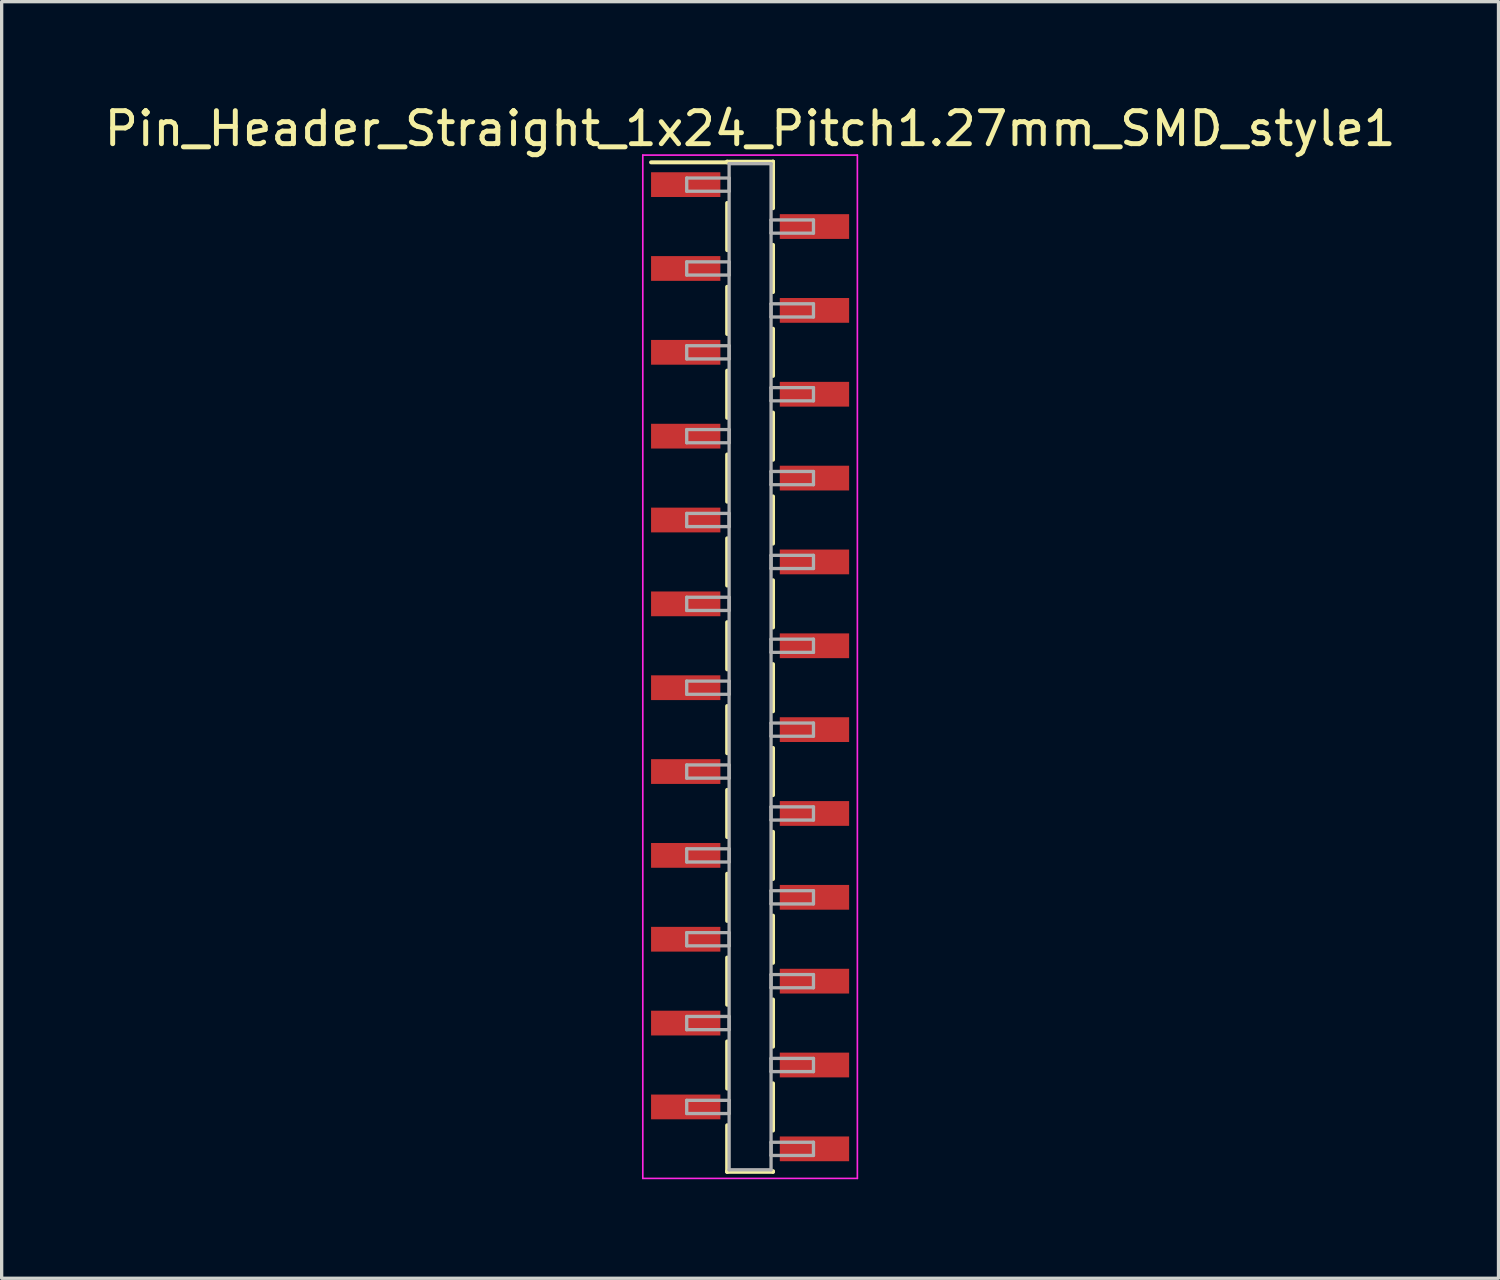
<source format=kicad_pcb>
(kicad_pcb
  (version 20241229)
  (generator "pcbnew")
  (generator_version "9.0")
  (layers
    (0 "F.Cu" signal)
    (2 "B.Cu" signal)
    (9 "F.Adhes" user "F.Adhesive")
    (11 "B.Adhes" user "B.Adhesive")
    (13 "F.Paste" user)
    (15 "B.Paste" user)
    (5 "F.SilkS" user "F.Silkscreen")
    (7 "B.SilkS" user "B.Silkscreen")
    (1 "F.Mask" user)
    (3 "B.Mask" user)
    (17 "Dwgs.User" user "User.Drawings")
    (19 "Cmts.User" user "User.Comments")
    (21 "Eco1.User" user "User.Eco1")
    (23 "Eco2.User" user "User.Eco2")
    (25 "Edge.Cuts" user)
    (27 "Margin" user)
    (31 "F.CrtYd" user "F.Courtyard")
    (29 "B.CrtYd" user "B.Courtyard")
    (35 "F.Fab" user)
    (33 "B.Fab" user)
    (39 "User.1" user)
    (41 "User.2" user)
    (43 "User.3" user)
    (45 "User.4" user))
  (footprint "Pin_Header_Straight_1x24_Pitch1.27mm_SMD_style1"
    (layer "F.Cu")
    (at 19.673 17.148)
    (property "Reference" "Pin_Header_Straight_1x24_Pitch1.27mm_SMD_style1" (at 0 -16.3 0) (layer "F.SilkS") (effects (font (size 1 1) (thickness 0.15))))
    (attr smd)
    (fp_line (start -0.695 -15.3) (end 0.695 -15.3) (stroke (width 0.12) (type solid)) (layer "F.SilkS"))
    (fp_line (start -0.695 -15.28) (end -3 -15.28) (stroke (width 0.12) (type solid)) (layer "F.SilkS"))
    (fp_line (start -0.695 -15.28) (end -0.695 -15.3) (stroke (width 0.12) (type solid)) (layer "F.SilkS"))
    (fp_line (start -0.695 -14.05) (end -0.695 -12.62) (stroke (width 0.12) (type solid)) (layer "F.SilkS"))
    (fp_line (start -0.695 -11.51) (end -0.695 -10.08) (stroke (width 0.12) (type solid)) (layer "F.SilkS"))
    (fp_line (start -0.695 -8.97) (end -0.695 -7.54) (stroke (width 0.12) (type solid)) (layer "F.SilkS"))
    (fp_line (start -0.695 -6.43) (end -0.695 -5) (stroke (width 0.12) (type solid)) (layer "F.SilkS"))
    (fp_line (start -0.695 -3.89) (end -0.695 -2.46) (stroke (width 0.12) (type solid)) (layer "F.SilkS"))
    (fp_line (start -0.695 -1.35) (end -0.695 0.08) (stroke (width 0.12) (type solid)) (layer "F.SilkS"))
    (fp_line (start -0.695 1.19) (end -0.695 2.62) (stroke (width 0.12) (type solid)) (layer "F.SilkS"))
    (fp_line (start -0.695 3.73) (end -0.695 5.16) (stroke (width 0.12) (type solid)) (layer "F.SilkS"))
    (fp_line (start -0.695 6.27) (end -0.695 7.7) (stroke (width 0.12) (type solid)) (layer "F.SilkS"))
    (fp_line (start -0.695 8.81) (end -0.695 10.24) (stroke (width 0.12) (type solid)) (layer "F.SilkS"))
    (fp_line (start -0.695 11.35) (end -0.695 12.78) (stroke (width 0.12) (type solid)) (layer "F.SilkS"))
    (fp_line (start -0.695 13.89) (end -0.695 15.3) (stroke (width 0.12) (type solid)) (layer "F.SilkS"))
    (fp_line (start -0.695 15.28) (end -0.695 15.3) (stroke (width 0.12) (type solid)) (layer "F.SilkS"))
    (fp_line (start -0.695 15.3) (end 0.695 15.3) (stroke (width 0.12) (type solid)) (layer "F.SilkS"))
    (fp_line (start 0.695 -15.3) (end 0.695 -15.28) (stroke (width 0.12) (type solid)) (layer "F.SilkS"))
    (fp_line (start 0.695 -15.3) (end 0.695 -13.89) (stroke (width 0.12) (type solid)) (layer "F.SilkS"))
    (fp_line (start 0.695 -12.78) (end 0.695 -11.35) (stroke (width 0.12) (type solid)) (layer "F.SilkS"))
    (fp_line (start 0.695 -10.24) (end 0.695 -8.81) (stroke (width 0.12) (type solid)) (layer "F.SilkS"))
    (fp_line (start 0.695 -7.7) (end 0.695 -6.27) (stroke (width 0.12) (type solid)) (layer "F.SilkS"))
    (fp_line (start 0.695 -5.16) (end 0.695 -3.73) (stroke (width 0.12) (type solid)) (layer "F.SilkS"))
    (fp_line (start 0.695 -2.62) (end 0.695 -1.19) (stroke (width 0.12) (type solid)) (layer "F.SilkS"))
    (fp_line (start 0.695 -0.08) (end 0.695 1.35) (stroke (width 0.12) (type solid)) (layer "F.SilkS"))
    (fp_line (start 0.695 2.46) (end 0.695 3.89) (stroke (width 0.12) (type solid)) (layer "F.SilkS"))
    (fp_line (start 0.695 5) (end 0.695 6.43) (stroke (width 0.12) (type solid)) (layer "F.SilkS"))
    (fp_line (start 0.695 7.54) (end 0.695 8.97) (stroke (width 0.12) (type solid)) (layer "F.SilkS"))
    (fp_line (start 0.695 10.08) (end 0.695 11.51) (stroke (width 0.12) (type solid)) (layer "F.SilkS"))
    (fp_line (start 0.695 12.62) (end 0.695 14.05) (stroke (width 0.12) (type solid)) (layer "F.SilkS"))
    (fp_line (start 0.695 15.3) (end 0.695 15.28) (stroke (width 0.12) (type solid)) (layer "F.SilkS"))
    (fp_line (start -3.25 -15.5) (end -3.25 15.5) (stroke (width 0.05) (type solid)) (layer "F.CrtYd"))
    (fp_line (start -3.25 15.5) (end 3.25 15.5) (stroke (width 0.05) (type solid)) (layer "F.CrtYd"))
    (fp_line (start 3.25 -15.5) (end -3.25 -15.5) (stroke (width 0.05) (type solid)) (layer "F.CrtYd"))
    (fp_line (start 3.25 15.5) (end 3.25 -15.5) (stroke (width 0.05) (type solid)) (layer "F.CrtYd"))
    (fp_line (start -1.92 -14.805) (end -0.635 -14.805) (stroke (width 0.1) (type solid)) (layer "F.Fab"))
    (fp_line (start -1.92 -14.405) (end -1.92 -14.805) (stroke (width 0.1) (type solid)) (layer "F.Fab"))
    (fp_line (start -1.92 -12.265) (end -0.635 -12.265) (stroke (width 0.1) (type solid)) (layer "F.Fab"))
    (fp_line (start -1.92 -11.865) (end -1.92 -12.265) (stroke (width 0.1) (type solid)) (layer "F.Fab"))
    (fp_line (start -1.92 -9.725) (end -0.635 -9.725) (stroke (width 0.1) (type solid)) (layer "F.Fab"))
    (fp_line (start -1.92 -9.325) (end -1.92 -9.725) (stroke (width 0.1) (type solid)) (layer "F.Fab"))
    (fp_line (start -1.92 -7.185) (end -0.635 -7.185) (stroke (width 0.1) (type solid)) (layer "F.Fab"))
    (fp_line (start -1.92 -6.785) (end -1.92 -7.185) (stroke (width 0.1) (type solid)) (layer "F.Fab"))
    (fp_line (start -1.92 -4.645) (end -0.635 -4.645) (stroke (width 0.1) (type solid)) (layer "F.Fab"))
    (fp_line (start -1.92 -4.245) (end -1.92 -4.645) (stroke (width 0.1) (type solid)) (layer "F.Fab"))
    (fp_line (start -1.92 -2.105) (end -0.635 -2.105) (stroke (width 0.1) (type solid)) (layer "F.Fab"))
    (fp_line (start -1.92 -1.705) (end -1.92 -2.105) (stroke (width 0.1) (type solid)) (layer "F.Fab"))
    (fp_line (start -1.92 0.435) (end -0.635 0.435) (stroke (width 0.1) (type solid)) (layer "F.Fab"))
    (fp_line (start -1.92 0.835) (end -1.92 0.435) (stroke (width 0.1) (type solid)) (layer "F.Fab"))
    (fp_line (start -1.92 2.975) (end -0.635 2.975) (stroke (width 0.1) (type solid)) (layer "F.Fab"))
    (fp_line (start -1.92 3.375) (end -1.92 2.975) (stroke (width 0.1) (type solid)) (layer "F.Fab"))
    (fp_line (start -1.92 5.515) (end -0.635 5.515) (stroke (width 0.1) (type solid)) (layer "F.Fab"))
    (fp_line (start -1.92 5.915) (end -1.92 5.515) (stroke (width 0.1) (type solid)) (layer "F.Fab"))
    (fp_line (start -1.92 8.055) (end -0.635 8.055) (stroke (width 0.1) (type solid)) (layer "F.Fab"))
    (fp_line (start -1.92 8.455) (end -1.92 8.055) (stroke (width 0.1) (type solid)) (layer "F.Fab"))
    (fp_line (start -1.92 10.595) (end -0.635 10.595) (stroke (width 0.1) (type solid)) (layer "F.Fab"))
    (fp_line (start -1.92 10.995) (end -1.92 10.595) (stroke (width 0.1) (type solid)) (layer "F.Fab"))
    (fp_line (start -1.92 13.135) (end -0.635 13.135) (stroke (width 0.1) (type solid)) (layer "F.Fab"))
    (fp_line (start -1.92 13.535) (end -1.92 13.135) (stroke (width 0.1) (type solid)) (layer "F.Fab"))
    (fp_line (start -0.635 -15.24) (end -0.635 15.24) (stroke (width 0.1) (type solid)) (layer "F.Fab"))
    (fp_line (start -0.635 -14.805) (end -0.635 -14.405) (stroke (width 0.1) (type solid)) (layer "F.Fab"))
    (fp_line (start -0.635 -14.405) (end -1.92 -14.405) (stroke (width 0.1) (type solid)) (layer "F.Fab"))
    (fp_line (start -0.635 -12.265) (end -0.635 -11.865) (stroke (width 0.1) (type solid)) (layer "F.Fab"))
    (fp_line (start -0.635 -11.865) (end -1.92 -11.865) (stroke (width 0.1) (type solid)) (layer "F.Fab"))
    (fp_line (start -0.635 -9.725) (end -0.635 -9.325) (stroke (width 0.1) (type solid)) (layer "F.Fab"))
    (fp_line (start -0.635 -9.325) (end -1.92 -9.325) (stroke (width 0.1) (type solid)) (layer "F.Fab"))
    (fp_line (start -0.635 -7.185) (end -0.635 -6.785) (stroke (width 0.1) (type solid)) (layer "F.Fab"))
    (fp_line (start -0.635 -6.785) (end -1.92 -6.785) (stroke (width 0.1) (type solid)) (layer "F.Fab"))
    (fp_line (start -0.635 -4.645) (end -0.635 -4.245) (stroke (width 0.1) (type solid)) (layer "F.Fab"))
    (fp_line (start -0.635 -4.245) (end -1.92 -4.245) (stroke (width 0.1) (type solid)) (layer "F.Fab"))
    (fp_line (start -0.635 -2.105) (end -0.635 -1.705) (stroke (width 0.1) (type solid)) (layer "F.Fab"))
    (fp_line (start -0.635 -1.705) (end -1.92 -1.705) (stroke (width 0.1) (type solid)) (layer "F.Fab"))
    (fp_line (start -0.635 0.435) (end -0.635 0.835) (stroke (width 0.1) (type solid)) (layer "F.Fab"))
    (fp_line (start -0.635 0.835) (end -1.92 0.835) (stroke (width 0.1) (type solid)) (layer "F.Fab"))
    (fp_line (start -0.635 2.975) (end -0.635 3.375) (stroke (width 0.1) (type solid)) (layer "F.Fab"))
    (fp_line (start -0.635 3.375) (end -1.92 3.375) (stroke (width 0.1) (type solid)) (layer "F.Fab"))
    (fp_line (start -0.635 5.515) (end -0.635 5.915) (stroke (width 0.1) (type solid)) (layer "F.Fab"))
    (fp_line (start -0.635 5.915) (end -1.92 5.915) (stroke (width 0.1) (type solid)) (layer "F.Fab"))
    (fp_line (start -0.635 8.055) (end -0.635 8.455) (stroke (width 0.1) (type solid)) (layer "F.Fab"))
    (fp_line (start -0.635 8.455) (end -1.92 8.455) (stroke (width 0.1) (type solid)) (layer "F.Fab"))
    (fp_line (start -0.635 10.595) (end -0.635 10.995) (stroke (width 0.1) (type solid)) (layer "F.Fab"))
    (fp_line (start -0.635 10.995) (end -1.92 10.995) (stroke (width 0.1) (type solid)) (layer "F.Fab"))
    (fp_line (start -0.635 13.135) (end -0.635 13.535) (stroke (width 0.1) (type solid)) (layer "F.Fab"))
    (fp_line (start -0.635 13.535) (end -1.92 13.535) (stroke (width 0.1) (type solid)) (layer "F.Fab"))
    (fp_line (start -0.635 15.24) (end 0.635 15.24) (stroke (width 0.1) (type solid)) (layer "F.Fab"))
    (fp_line (start 0.635 -15.24) (end -0.635 -15.24) (stroke (width 0.1) (type solid)) (layer "F.Fab"))
    (fp_line (start 0.635 -13.535) (end 0.635 -13.135) (stroke (width 0.1) (type solid)) (layer "F.Fab"))
    (fp_line (start 0.635 -13.135) (end 1.92 -13.135) (stroke (width 0.1) (type solid)) (layer "F.Fab"))
    (fp_line (start 0.635 -10.995) (end 0.635 -10.595) (stroke (width 0.1) (type solid)) (layer "F.Fab"))
    (fp_line (start 0.635 -10.595) (end 1.92 -10.595) (stroke (width 0.1) (type solid)) (layer "F.Fab"))
    (fp_line (start 0.635 -8.455) (end 0.635 -8.055) (stroke (width 0.1) (type solid)) (layer "F.Fab"))
    (fp_line (start 0.635 -8.055) (end 1.92 -8.055) (stroke (width 0.1) (type solid)) (layer "F.Fab"))
    (fp_line (start 0.635 -5.915) (end 0.635 -5.515) (stroke (width 0.1) (type solid)) (layer "F.Fab"))
    (fp_line (start 0.635 -5.515) (end 1.92 -5.515) (stroke (width 0.1) (type solid)) (layer "F.Fab"))
    (fp_line (start 0.635 -3.375) (end 0.635 -2.975) (stroke (width 0.1) (type solid)) (layer "F.Fab"))
    (fp_line (start 0.635 -2.975) (end 1.92 -2.975) (stroke (width 0.1) (type solid)) (layer "F.Fab"))
    (fp_line (start 0.635 -0.835) (end 0.635 -0.435) (stroke (width 0.1) (type solid)) (layer "F.Fab"))
    (fp_line (start 0.635 -0.435) (end 1.92 -0.435) (stroke (width 0.1) (type solid)) (layer "F.Fab"))
    (fp_line (start 0.635 1.705) (end 0.635 2.105) (stroke (width 0.1) (type solid)) (layer "F.Fab"))
    (fp_line (start 0.635 2.105) (end 1.92 2.105) (stroke (width 0.1) (type solid)) (layer "F.Fab"))
    (fp_line (start 0.635 4.245) (end 0.635 4.645) (stroke (width 0.1) (type solid)) (layer "F.Fab"))
    (fp_line (start 0.635 4.645) (end 1.92 4.645) (stroke (width 0.1) (type solid)) (layer "F.Fab"))
    (fp_line (start 0.635 6.785) (end 0.635 7.185) (stroke (width 0.1) (type solid)) (layer "F.Fab"))
    (fp_line (start 0.635 7.185) (end 1.92 7.185) (stroke (width 0.1) (type solid)) (layer "F.Fab"))
    (fp_line (start 0.635 9.325) (end 0.635 9.725) (stroke (width 0.1) (type solid)) (layer "F.Fab"))
    (fp_line (start 0.635 9.725) (end 1.92 9.725) (stroke (width 0.1) (type solid)) (layer "F.Fab"))
    (fp_line (start 0.635 11.865) (end 0.635 12.265) (stroke (width 0.1) (type solid)) (layer "F.Fab"))
    (fp_line (start 0.635 12.265) (end 1.92 12.265) (stroke (width 0.1) (type solid)) (layer "F.Fab"))
    (fp_line (start 0.635 14.405) (end 0.635 14.805) (stroke (width 0.1) (type solid)) (layer "F.Fab"))
    (fp_line (start 0.635 14.805) (end 1.92 14.805) (stroke (width 0.1) (type solid)) (layer "F.Fab"))
    (fp_line (start 0.635 15.24) (end 0.635 -15.24) (stroke (width 0.1) (type solid)) (layer "F.Fab"))
    (fp_line (start 1.92 -13.535) (end 0.635 -13.535) (stroke (width 0.1) (type solid)) (layer "F.Fab"))
    (fp_line (start 1.92 -13.135) (end 1.92 -13.535) (stroke (width 0.1) (type solid)) (layer "F.Fab"))
    (fp_line (start 1.92 -10.995) (end 0.635 -10.995) (stroke (width 0.1) (type solid)) (layer "F.Fab"))
    (fp_line (start 1.92 -10.595) (end 1.92 -10.995) (stroke (width 0.1) (type solid)) (layer "F.Fab"))
    (fp_line (start 1.92 -8.455) (end 0.635 -8.455) (stroke (width 0.1) (type solid)) (layer "F.Fab"))
    (fp_line (start 1.92 -8.055) (end 1.92 -8.455) (stroke (width 0.1) (type solid)) (layer "F.Fab"))
    (fp_line (start 1.92 -5.915) (end 0.635 -5.915) (stroke (width 0.1) (type solid)) (layer "F.Fab"))
    (fp_line (start 1.92 -5.515) (end 1.92 -5.915) (stroke (width 0.1) (type solid)) (layer "F.Fab"))
    (fp_line (start 1.92 -3.375) (end 0.635 -3.375) (stroke (width 0.1) (type solid)) (layer "F.Fab"))
    (fp_line (start 1.92 -2.975) (end 1.92 -3.375) (stroke (width 0.1) (type solid)) (layer "F.Fab"))
    (fp_line (start 1.92 -0.835) (end 0.635 -0.835) (stroke (width 0.1) (type solid)) (layer "F.Fab"))
    (fp_line (start 1.92 -0.435) (end 1.92 -0.835) (stroke (width 0.1) (type solid)) (layer "F.Fab"))
    (fp_line (start 1.92 1.705) (end 0.635 1.705) (stroke (width 0.1) (type solid)) (layer "F.Fab"))
    (fp_line (start 1.92 2.105) (end 1.92 1.705) (stroke (width 0.1) (type solid)) (layer "F.Fab"))
    (fp_line (start 1.92 4.245) (end 0.635 4.245) (stroke (width 0.1) (type solid)) (layer "F.Fab"))
    (fp_line (start 1.92 4.645) (end 1.92 4.245) (stroke (width 0.1) (type solid)) (layer "F.Fab"))
    (fp_line (start 1.92 6.785) (end 0.635 6.785) (stroke (width 0.1) (type solid)) (layer "F.Fab"))
    (fp_line (start 1.92 7.185) (end 1.92 6.785) (stroke (width 0.1) (type solid)) (layer "F.Fab"))
    (fp_line (start 1.92 9.325) (end 0.635 9.325) (stroke (width 0.1) (type solid)) (layer "F.Fab"))
    (fp_line (start 1.92 9.725) (end 1.92 9.325) (stroke (width 0.1) (type solid)) (layer "F.Fab"))
    (fp_line (start 1.92 11.865) (end 0.635 11.865) (stroke (width 0.1) (type solid)) (layer "F.Fab"))
    (fp_line (start 1.92 12.265) (end 1.92 11.865) (stroke (width 0.1) (type solid)) (layer "F.Fab"))
    (fp_line (start 1.92 14.405) (end 0.635 14.405) (stroke (width 0.1) (type solid)) (layer "F.Fab"))
    (fp_line (start 1.92 14.805) (end 1.92 14.405) (stroke (width 0.1) (type solid)) (layer "F.Fab"))
    (pad "1" smd rect (at -1.95 -14.605) (size 2.1 0.75) (layers "F.Cu" "F.Mask"))
    (pad "2" smd rect (at 1.95 -13.335) (size 2.1 0.75) (layers "F.Cu" "F.Mask"))
    (pad "3" smd rect (at -1.95 -12.065) (size 2.1 0.75) (layers "F.Cu" "F.Mask"))
    (pad "4" smd rect (at 1.95 -10.795) (size 2.1 0.75) (layers "F.Cu" "F.Mask"))
    (pad "5" smd rect (at -1.95 -9.525) (size 2.1 0.75) (layers "F.Cu" "F.Mask"))
    (pad "6" smd rect (at 1.95 -8.255) (size 2.1 0.75) (layers "F.Cu" "F.Mask"))
    (pad "7" smd rect (at -1.95 -6.985) (size 2.1 0.75) (layers "F.Cu" "F.Mask"))
    (pad "8" smd rect (at 1.95 -5.715) (size 2.1 0.75) (layers "F.Cu" "F.Mask"))
    (pad "9" smd rect (at -1.95 -4.445) (size 2.1 0.75) (layers "F.Cu" "F.Mask"))
    (pad "10" smd rect (at 1.95 -3.175) (size 2.1 0.75) (layers "F.Cu" "F.Mask"))
    (pad "11" smd rect (at -1.95 -1.905) (size 2.1 0.75) (layers "F.Cu" "F.Mask"))
    (pad "12" smd rect (at 1.95 -0.635) (size 2.1 0.75) (layers "F.Cu" "F.Mask"))
    (pad "13" smd rect (at -1.95 0.635) (size 2.1 0.75) (layers "F.Cu" "F.Mask"))
    (pad "14" smd rect (at 1.95 1.905) (size 2.1 0.75) (layers "F.Cu" "F.Mask"))
    (pad "15" smd rect (at -1.95 3.175) (size 2.1 0.75) (layers "F.Cu" "F.Mask"))
    (pad "16" smd rect (at 1.95 4.445) (size 2.1 0.75) (layers "F.Cu" "F.Mask"))
    (pad "17" smd rect (at -1.95 5.715) (size 2.1 0.75) (layers "F.Cu" "F.Mask"))
    (pad "18" smd rect (at 1.95 6.985) (size 2.1 0.75) (layers "F.Cu" "F.Mask"))
    (pad "19" smd rect (at -1.95 8.255) (size 2.1 0.75) (layers "F.Cu" "F.Mask"))
    (pad "20" smd rect (at 1.95 9.525) (size 2.1 0.75) (layers "F.Cu" "F.Mask"))
    (pad "21" smd rect (at -1.95 10.795) (size 2.1 0.75) (layers "F.Cu" "F.Mask"))
    (pad "22" smd rect (at 1.95 12.065) (size 2.1 0.75) (layers "F.Cu" "F.Mask"))
    (pad "23" smd rect (at -1.95 13.335) (size 2.1 0.75) (layers "F.Cu" "F.Mask"))
    (pad "24" smd rect (at 1.95 14.605) (size 2.1 0.75) (layers "F.Cu" "F.Mask")))
  (gr_rect
    (start -3 -3)
    (end 42.345 35.673)
    (stroke (width 0.1) (type default))
    (fill no)
    (layer "Edge.Cuts")))
</source>
